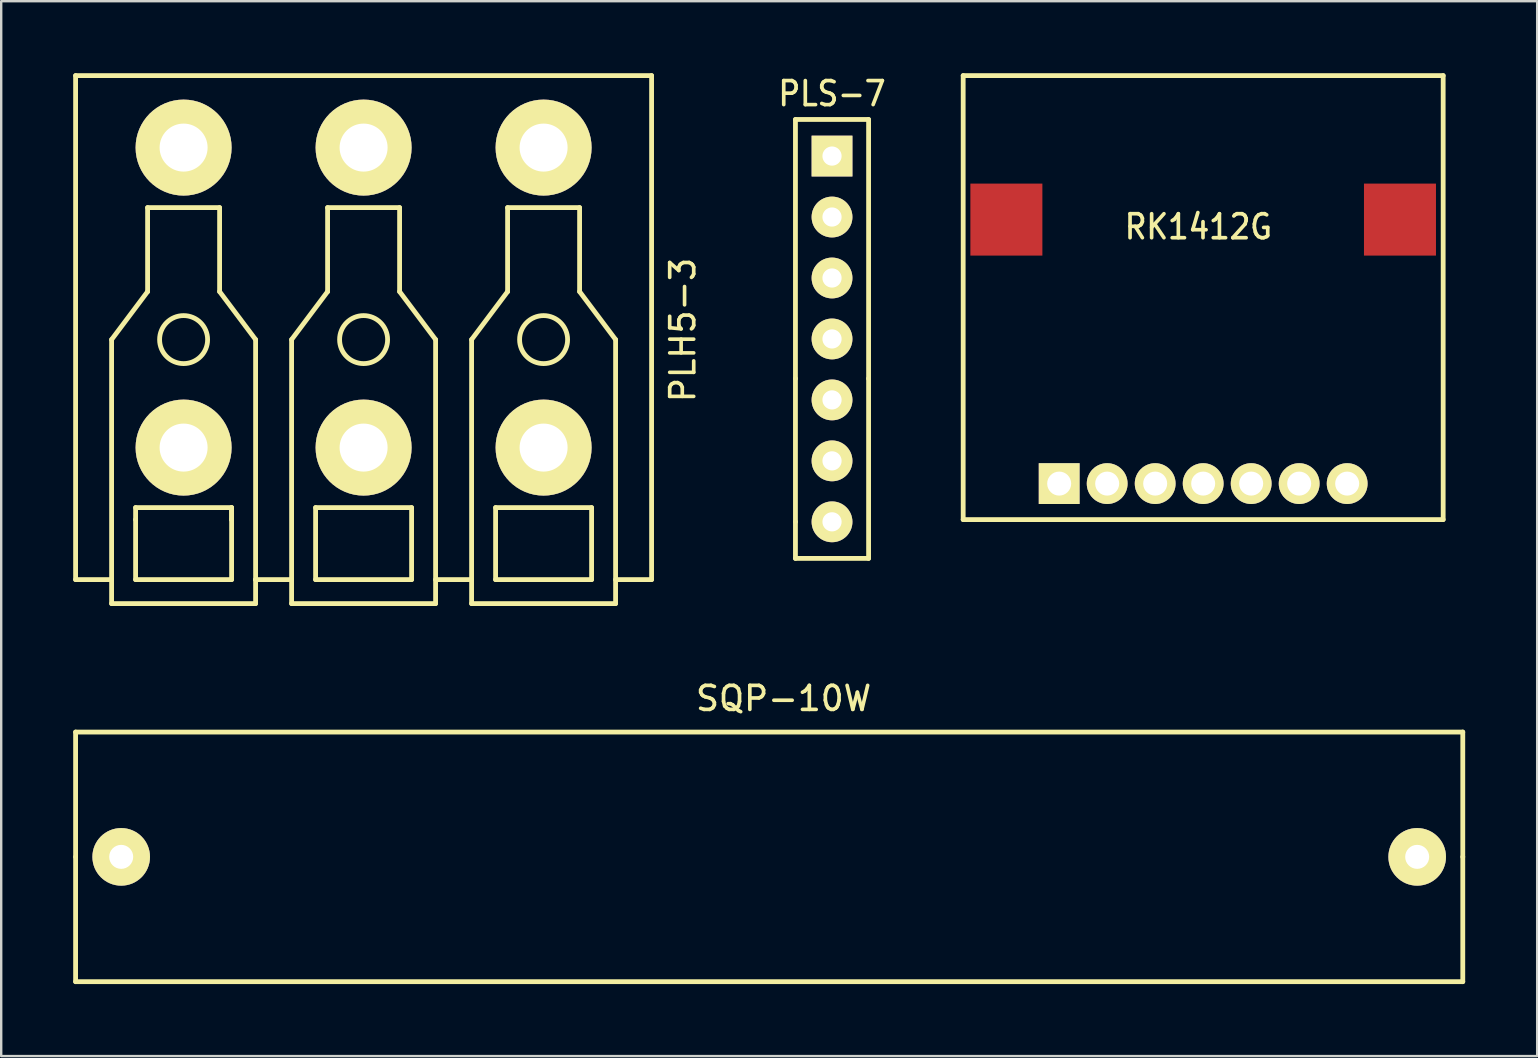
<source format=kicad_pcb>
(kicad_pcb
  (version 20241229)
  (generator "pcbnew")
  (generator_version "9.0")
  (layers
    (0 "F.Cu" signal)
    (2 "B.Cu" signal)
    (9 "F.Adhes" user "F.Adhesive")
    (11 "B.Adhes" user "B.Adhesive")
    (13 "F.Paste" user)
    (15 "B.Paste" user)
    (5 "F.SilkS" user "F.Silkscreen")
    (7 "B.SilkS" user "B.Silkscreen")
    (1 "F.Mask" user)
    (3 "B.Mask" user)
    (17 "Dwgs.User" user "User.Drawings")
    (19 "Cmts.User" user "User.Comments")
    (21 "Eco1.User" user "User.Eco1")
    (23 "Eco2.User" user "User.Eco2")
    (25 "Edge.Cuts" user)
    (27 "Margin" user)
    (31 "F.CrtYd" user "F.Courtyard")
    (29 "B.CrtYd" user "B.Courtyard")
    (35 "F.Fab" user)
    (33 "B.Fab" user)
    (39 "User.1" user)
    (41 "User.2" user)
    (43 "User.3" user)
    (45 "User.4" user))
  (footprint "SQP-10W"
    (layer "F.Cu")
    (at 2 32.653)
    (property "Reference" "SQP-10W" (at 27.6 -6.6 0) (layer "F.SilkS") (effects (font (size 1.001 1.001) (thickness 0.152))))
    (attr through_hole)
    (fp_line (start -1.9 0) (end -1.9 -5.2) (stroke (width 0.2) (type solid)) (layer "F.SilkS"))
    (fp_line (start -1.9 0) (end -1.9 5.2) (stroke (width 0.2) (type solid)) (layer "F.SilkS"))
    (fp_line (start 55.9 -5.2) (end -1.9 -5.2) (stroke (width 0.2) (type solid)) (layer "F.SilkS"))
    (fp_line (start 55.9 0) (end 55.9 -5.2) (stroke (width 0.2) (type solid)) (layer "F.SilkS"))
    (fp_line (start 55.9 0) (end 55.9 5.2) (stroke (width 0.2) (type solid)) (layer "F.SilkS"))
    (fp_line (start 55.9 5.2) (end -1.9 5.2) (stroke (width 0.2) (type solid)) (layer "F.SilkS"))
    (fp_text user "" (at 26.4 -0.4 0) (layer "F.SilkS") (effects (font (size 2 2) (thickness 0.2))))
    (pad "1" thru_hole circle (at 0 0) (size 2.4 2.4) (drill 1) (layers "*.Cu" "*.Mask" "F.SilkS"))
    (pad "2" thru_hole circle (at 54 0) (size 2.4 2.4) (drill 1) (layers "*.Cu" "*.Mask" "F.SilkS")))
  (footprint "PLS-7"
    (layer "F.Cu")
    (at 31.618 3.453)
    (property "Reference" "PLS-7" (at 0 -2.6 0) (layer "F.SilkS") (effects (font (size 1.001 0.899) (thickness 0.152))))
    (attr through_hole)
    (fp_line (start -1.524 -1.524) (end -1.524 9.271) (stroke (width 0.2) (type solid)) (layer "F.SilkS"))
    (fp_line (start -1.524 -1.524) (end 1.524 -1.524) (stroke (width 0.2) (type solid)) (layer "F.SilkS"))
    (fp_line (start -1.524 9.271) (end -1.524 15.24) (stroke (width 0.2) (type solid)) (layer "F.SilkS"))
    (fp_line (start -1.524 15.24) (end -1.524 16.764) (stroke (width 0.2) (type solid)) (layer "F.SilkS"))
    (fp_line (start -1.524 16.764) (end 1.524 16.764) (stroke (width 0.2) (type solid)) (layer "F.SilkS"))
    (fp_line (start 1.524 -1.524) (end 1.524 9.271) (stroke (width 0.2) (type solid)) (layer "F.SilkS"))
    (fp_line (start 1.524 16.764) (end 1.524 9.271) (stroke (width 0.2) (type solid)) (layer "F.SilkS"))
    (pad "1" thru_hole rect (at 0 0) (size 1.7 1.7) (drill 0.8) (layers "*.Cu" "*.Mask" "F.SilkS"))
    (pad "2" thru_hole circle (at 0 2.54) (size 1.7 1.7) (drill 0.8) (layers "*.Cu" "*.Mask" "F.SilkS"))
    (pad "3" thru_hole circle (at 0 5.08) (size 1.7 1.7) (drill 0.8) (layers "*.Cu" "*.Mask" "F.SilkS"))
    (pad "4" thru_hole circle (at 0 7.62) (size 1.7 1.7) (drill 0.8) (layers "*.Cu" "*.Mask" "F.SilkS"))
    (pad "5" thru_hole circle (at 0 10.16) (size 1.7 1.7) (drill 0.8) (layers "*.Cu" "*.Mask" "F.SilkS"))
    (pad "6" thru_hole circle (at 0 12.7) (size 1.7 1.7) (drill 0.8) (layers "*.Cu" "*.Mask" "F.SilkS"))
    (pad "7" thru_hole circle (at 0 15.24) (size 1.7 1.7) (drill 0.8) (layers "*.Cu" "*.Mask" "F.SilkS")))
  (footprint "PLH5-3"
    (layer "F.Cu")
    (at 4.6 3.1)
    (property "Reference" "PLH5-3" (at 20.8 7.6 270) (layer "F.SilkS") (effects (font (size 1.001 1.001) (thickness 0.152))))
    (attr through_hole)
    (fp_line (start -4.5 -3) (end -4.5 18) (stroke (width 0.2) (type solid)) (layer "F.SilkS"))
    (fp_line (start -4.5 -3) (end 19.5 -3) (stroke (width 0.2) (type solid)) (layer "F.SilkS"))
    (fp_line (start -4.5 18) (end -3 18) (stroke (width 0.2) (type solid)) (layer "F.SilkS"))
    (fp_line (start -3 8) (end -1.5 6) (stroke (width 0.2) (type solid)) (layer "F.SilkS"))
    (fp_line (start -3 18) (end -3 8) (stroke (width 0.2) (type solid)) (layer "F.SilkS"))
    (fp_line (start -3 18) (end -3 19) (stroke (width 0.2) (type solid)) (layer "F.SilkS"))
    (fp_line (start -3 19) (end 3 19) (stroke (width 0.2) (type solid)) (layer "F.SilkS"))
    (fp_line (start -2 15) (end 2 15) (stroke (width 0.2) (type solid)) (layer "F.SilkS"))
    (fp_line (start -2 15.5) (end -2 15) (stroke (width 0.2) (type solid)) (layer "F.SilkS"))
    (fp_line (start -2 18) (end -2 15.5) (stroke (width 0.2) (type solid)) (layer "F.SilkS"))
    (fp_line (start -2 18) (end 2 18) (stroke (width 0.2) (type solid)) (layer "F.SilkS"))
    (fp_line (start -1.5 2.5) (end 1.5 2.5) (stroke (width 0.2) (type solid)) (layer "F.SilkS"))
    (fp_line (start -1.5 6) (end -1.5 2.5) (stroke (width 0.2) (type solid)) (layer "F.SilkS"))
    (fp_line (start 1.5 2.5) (end 1.5 6) (stroke (width 0.2) (type solid)) (layer "F.SilkS"))
    (fp_line (start 1.5 6) (end 3 8) (stroke (width 0.2) (type solid)) (layer "F.SilkS"))
    (fp_line (start 2 15) (end 2 15.5) (stroke (width 0.2) (type solid)) (layer "F.SilkS"))
    (fp_line (start 2 15.5) (end 2 15) (stroke (width 0.2) (type solid)) (layer "F.SilkS"))
    (fp_line (start 2 15.5) (end 2 18) (stroke (width 0.2) (type solid)) (layer "F.SilkS"))
    (fp_line (start 3 8) (end 3 18) (stroke (width 0.2) (type solid)) (layer "F.SilkS"))
    (fp_line (start 3 18) (end 4.5 18) (stroke (width 0.2) (type solid)) (layer "F.SilkS"))
    (fp_line (start 3 19) (end 3 18) (stroke (width 0.2) (type solid)) (layer "F.SilkS"))
    (fp_line (start 4.5 8) (end 4.5 19) (stroke (width 0.2) (type solid)) (layer "F.SilkS"))
    (fp_line (start 4.5 8) (end 6 6) (stroke (width 0.2) (type solid)) (layer "F.SilkS"))
    (fp_line (start 4.5 19) (end 10.5 19) (stroke (width 0.2) (type solid)) (layer "F.SilkS"))
    (fp_line (start 5.5 15) (end 9.5 15) (stroke (width 0.2) (type solid)) (layer "F.SilkS"))
    (fp_line (start 5.5 18) (end 5.5 15) (stroke (width 0.2) (type solid)) (layer "F.SilkS"))
    (fp_line (start 6 2.5) (end 9 2.5) (stroke (width 0.2) (type solid)) (layer "F.SilkS"))
    (fp_line (start 6 6) (end 6 2.5) (stroke (width 0.2) (type solid)) (layer "F.SilkS"))
    (fp_line (start 9 2.5) (end 9 6) (stroke (width 0.2) (type solid)) (layer "F.SilkS"))
    (fp_line (start 9 6) (end 10.5 8) (stroke (width 0.2) (type solid)) (layer "F.SilkS"))
    (fp_line (start 9.5 15) (end 9.5 18) (stroke (width 0.2) (type solid)) (layer "F.SilkS"))
    (fp_line (start 9.5 18) (end 5.5 18) (stroke (width 0.2) (type solid)) (layer "F.SilkS"))
    (fp_line (start 10.5 18) (end 12 18) (stroke (width 0.2) (type solid)) (layer "F.SilkS"))
    (fp_line (start 10.5 19) (end 10.5 8) (stroke (width 0.2) (type solid)) (layer "F.SilkS"))
    (fp_line (start 12 8) (end 13.5 6) (stroke (width 0.2) (type solid)) (layer "F.SilkS"))
    (fp_line (start 12 19) (end 12 8) (stroke (width 0.2) (type solid)) (layer "F.SilkS"))
    (fp_line (start 13 15) (end 13 18) (stroke (width 0.2) (type solid)) (layer "F.SilkS"))
    (fp_line (start 13 18) (end 17 18) (stroke (width 0.2) (type solid)) (layer "F.SilkS"))
    (fp_line (start 13.5 2.5) (end 16.5 2.5) (stroke (width 0.2) (type solid)) (layer "F.SilkS"))
    (fp_line (start 13.5 6) (end 13.5 2.5) (stroke (width 0.2) (type solid)) (layer "F.SilkS"))
    (fp_line (start 16.5 2.5) (end 16.5 6) (stroke (width 0.2) (type solid)) (layer "F.SilkS"))
    (fp_line (start 16.5 6) (end 18 8) (stroke (width 0.2) (type solid)) (layer "F.SilkS"))
    (fp_line (start 17 15) (end 13 15) (stroke (width 0.2) (type solid)) (layer "F.SilkS"))
    (fp_line (start 17 18) (end 17 15) (stroke (width 0.2) (type solid)) (layer "F.SilkS"))
    (fp_line (start 18 8) (end 18 19) (stroke (width 0.2) (type solid)) (layer "F.SilkS"))
    (fp_line (start 18 18) (end 19.5 18) (stroke (width 0.2) (type solid)) (layer "F.SilkS"))
    (fp_line (start 18 19) (end 12 19) (stroke (width 0.2) (type solid)) (layer "F.SilkS"))
    (fp_line (start 19.5 -3) (end 19.5 18) (stroke (width 0.2) (type solid)) (layer "F.SilkS"))
    (fp_circle (center 0 8) (end 1 8) (stroke (width 0.2) (type solid)) (fill no) (layer "F.SilkS"))
    (fp_circle (center 7.5 8) (end 8.5 8) (stroke (width 0.2) (type solid)) (fill no) (layer "F.SilkS"))
    (fp_circle (center 15 8) (end 16 8) (stroke (width 0.2) (type solid)) (fill no) (layer "F.SilkS"))
    (pad "1" thru_hole circle (at 0 0) (size 4 4) (drill 2) (layers "*.Cu" "*.Mask" "F.SilkS"))
    (pad "1" thru_hole circle (at 0 12.5) (size 4 4) (drill 2) (layers "*.Cu" "*.Mask" "F.SilkS"))
    (pad "2" thru_hole circle (at 7.5 0) (size 4 4) (drill 2) (layers "*.Cu" "*.Mask" "F.SilkS"))
    (pad "2" thru_hole circle (at 7.5 12.5) (size 4 4) (drill 2) (layers "*.Cu" "*.Mask" "F.SilkS"))
    (pad "3" thru_hole circle (at 15 0) (size 4 4) (drill 2) (layers "*.Cu" "*.Mask" "F.SilkS"))
    (pad "3" thru_hole circle (at 15 12.5) (size 4 4) (drill 2) (layers "*.Cu" "*.Mask" "F.SilkS")))
  (footprint "RK1412G"
    (layer "F.Cu")
    (at 41.083 17.1)
    (property "Reference" "RK1412G" (at 5.8 -10.7 0) (layer "F.SilkS") (effects (font (size 1.001 0.899) (thickness 0.152))))
    (attr through_hole)
    (fp_line (start -4 -17) (end 16 -17) (stroke (width 0.2) (type solid)) (layer "F.SilkS"))
    (fp_line (start -4 1.5) (end -4 -17) (stroke (width 0.2) (type solid)) (layer "F.SilkS"))
    (fp_line (start 16 -17) (end 16 1.5) (stroke (width 0.2) (type solid)) (layer "F.SilkS"))
    (fp_line (start 16 1.5) (end -4 1.5) (stroke (width 0.2) (type solid)) (layer "F.SilkS"))
    (pad "1A" thru_hole oval (at 2 0) (size 1.7 1.7) (drill 1) (layers "*.Cu" "*.Mask" "F.SilkS"))
    (pad "1B" thru_hole rect (at 0 0) (size 1.7 1.7) (drill 1) (layers "*.Cu" "*.Mask" "F.SilkS"))
    (pad "2A" thru_hole oval (at 4 0) (size 1.7 1.7) (drill 1) (layers "*.Cu" "*.Mask" "F.SilkS"))
    (pad "2B" thru_hole oval (at 6 0) (size 1.7 1.7) (drill 1) (layers "*.Cu" "*.Mask" "F.SilkS"))
    (pad "3A" thru_hole oval (at 8 0) (size 1.7 1.7) (drill 1) (layers "*.Cu" "*.Mask" "F.SilkS"))
    (pad "3B" thru_hole oval (at 10 0) (size 1.7 1.7) (drill 1) (layers "*.Cu" "*.Mask" "F.SilkS"))
    (pad "7" thru_hole oval (at 12 0) (size 1.7 1.7) (drill 1) (layers "*.Cu" "*.Mask" "F.SilkS"))
    (pad "8" smd rect (at -2.2 -11) (size 3 3) (layers "F.Cu" "F.Mask" "F.Paste"))
    (pad "9" smd rect (at 14.2 -11) (size 3 3) (layers "F.Cu" "F.Mask" "F.Paste")))
  (gr_rect
    (start -3 -3)
    (end 61 40.953)
    (stroke (width 0.1) (type default))
    (fill no)
    (layer "Edge.Cuts")))
</source>
